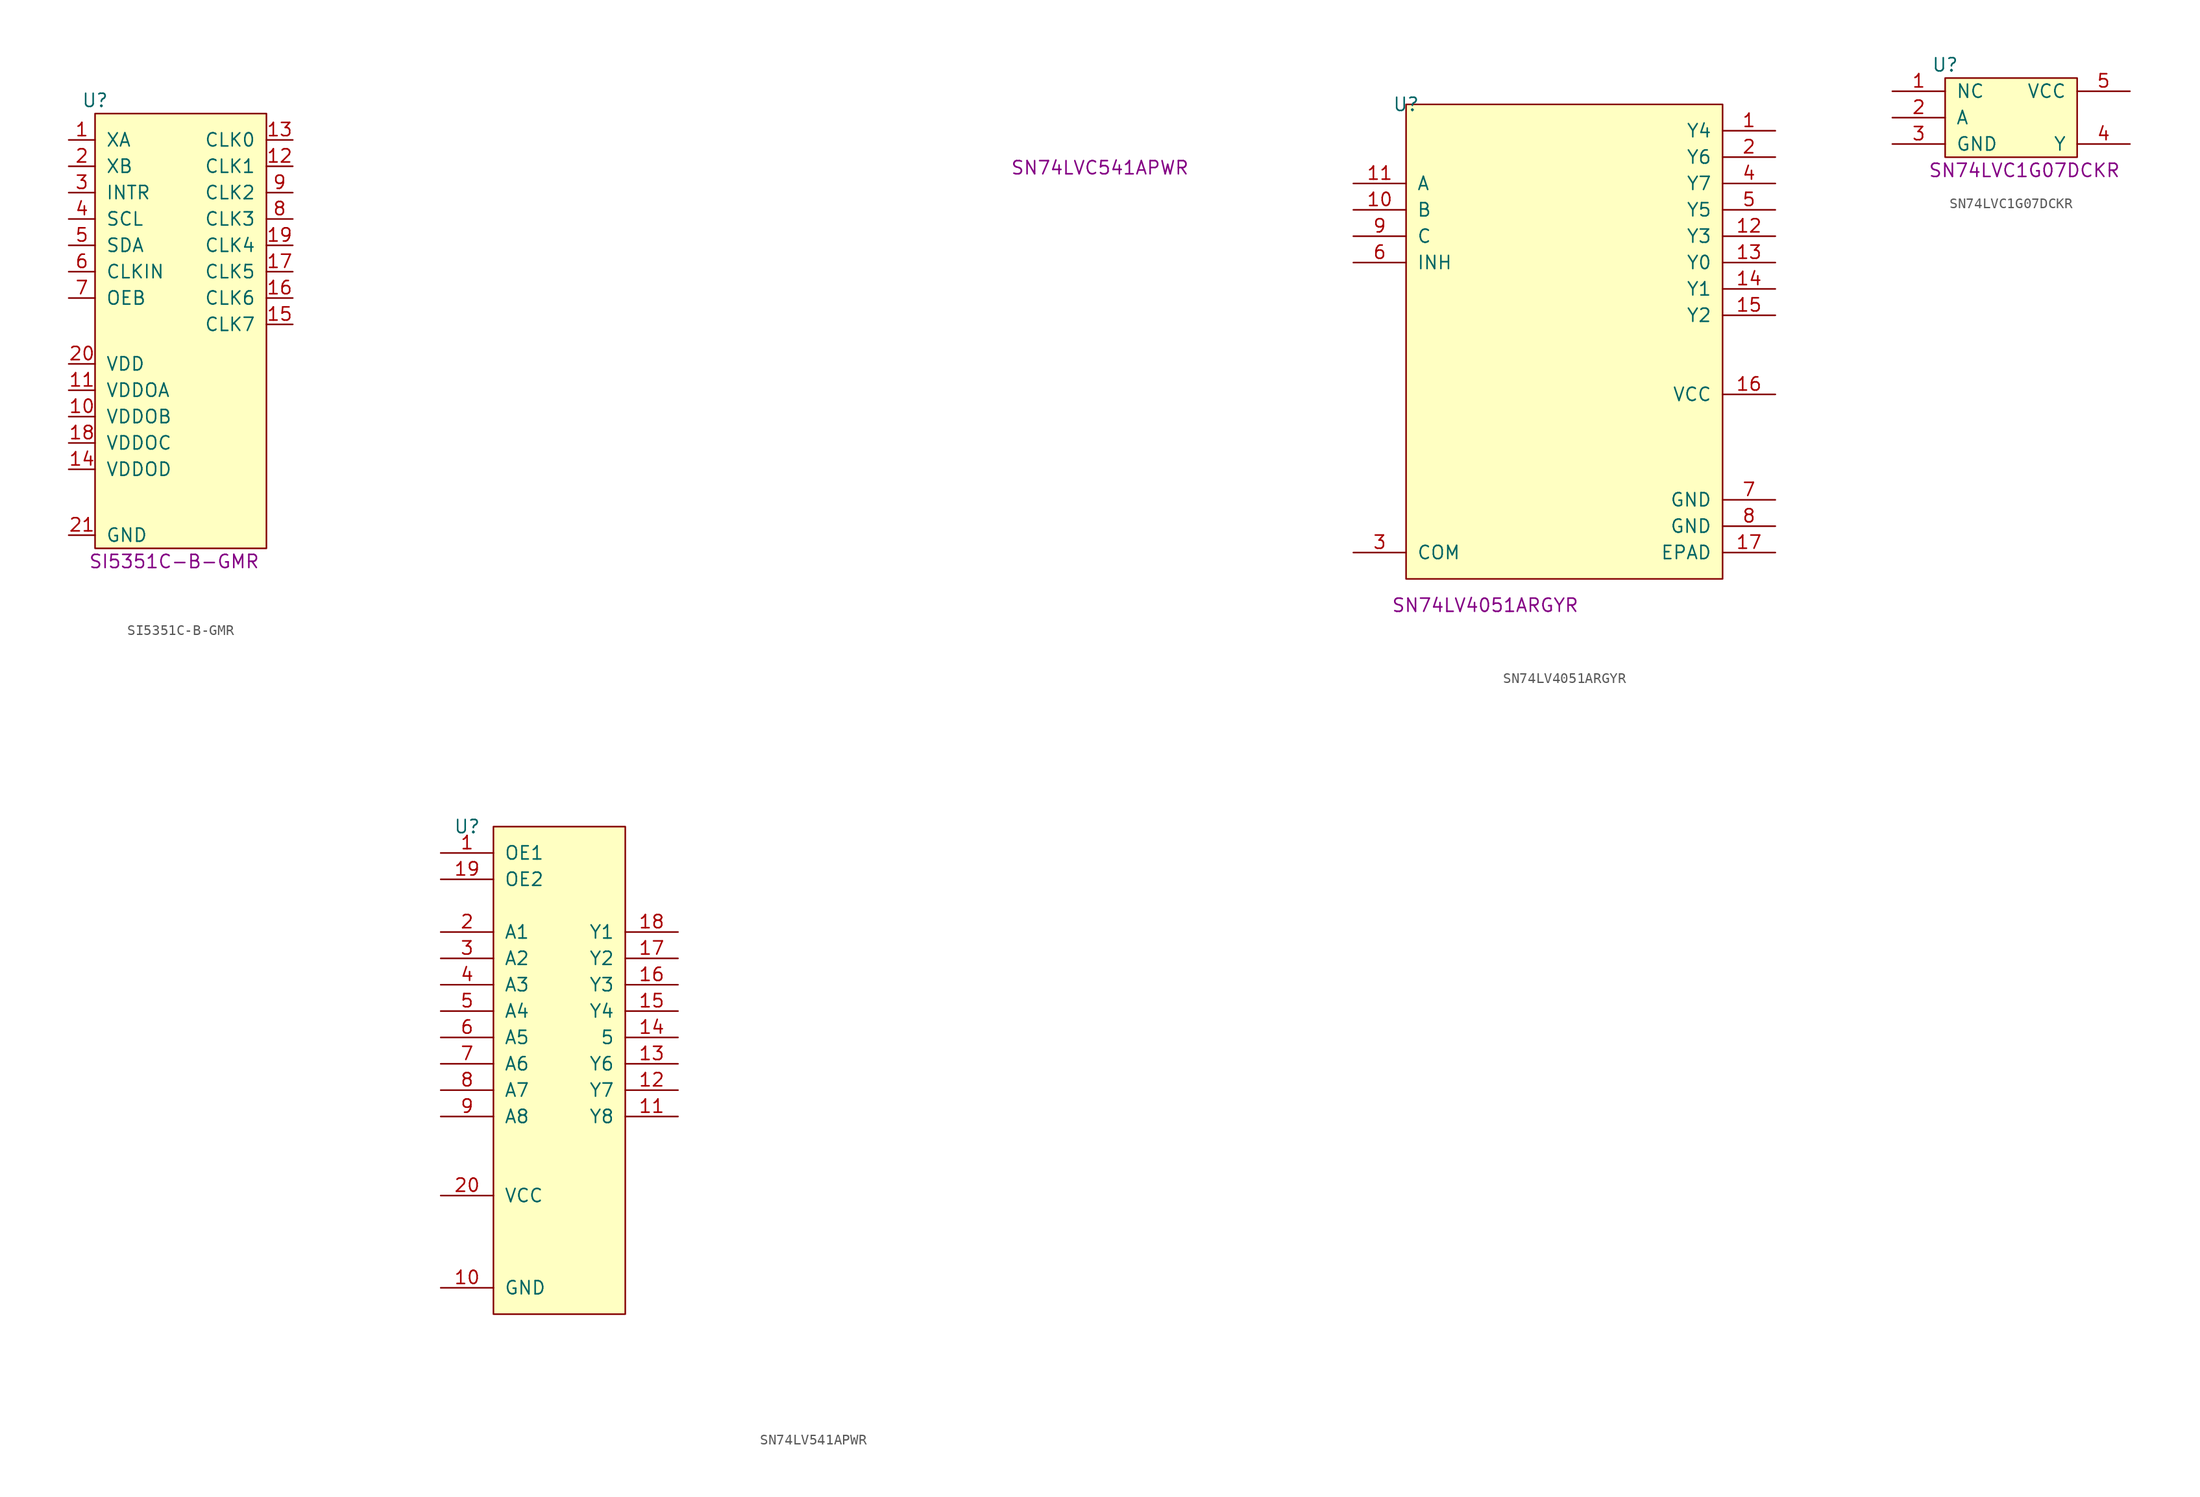
<source format=kicad_sym>
(kicad_symbol_lib
  (version 20220914)
  (generator kicad_symbol_editor)
  (symbol "SI5351C-B-GMR"
    (pin_names
      (offset 1.016))
    (property "Reference" "U"
      (at 0 16.51 0)
      (effects (font (size 1.27 1.27))))
    (property "_Value_" "SI5351C-B-GMR"
      (at 7.62 -27.94 0)
      (effects (font (size 1.27 1.27))))
    (symbol "SI5351C-B-GMR_1_1"
      (rectangle (start 0 15.24) (end 16.51 -26.67) (stroke (width 0) (type default)) (fill (type background)))
      (pin input line (at -2.54 12.7 0) (length 2.54) (name "XA" (effects (font (size 1.27 1.27)))) (number "1" (effects (font (size 1.27 1.27)))))
      (pin power_in line (at -2.54 -13.97 0) (length 2.54) (name "VDDOB" (effects (font (size 1.27 1.27)))) (number "10" (effects (font (size 1.27 1.27)))))
      (pin power_in line (at -2.54 -11.43 0) (length 2.54) (name "VDDOA" (effects (font (size 1.27 1.27)))) (number "11" (effects (font (size 1.27 1.27)))))
      (pin output line (at 19.05 10.16 180) (length 2.54) (name "CLK1" (effects (font (size 1.27 1.27)))) (number "12" (effects (font (size 1.27 1.27)))))
      (pin output line (at 19.05 12.7 180) (length 2.54) (name "CLK0" (effects (font (size 1.27 1.27)))) (number "13" (effects (font (size 1.27 1.27)))))
      (pin power_in line (at -2.54 -19.05 0) (length 2.54) (name "VDDOD" (effects (font (size 1.27 1.27)))) (number "14" (effects (font (size 1.27 1.27)))))
      (pin output line (at 19.05 -5.08 180) (length 2.54) (name "CLK7" (effects (font (size 1.27 1.27)))) (number "15" (effects (font (size 1.27 1.27)))))
      (pin output line (at 19.05 -2.54 180) (length 2.54) (name "CLK6" (effects (font (size 1.27 1.27)))) (number "16" (effects (font (size 1.27 1.27)))))
      (pin output line (at 19.05 0 180) (length 2.54) (name "CLK5" (effects (font (size 1.27 1.27)))) (number "17" (effects (font (size 1.27 1.27)))))
      (pin power_in line (at -2.54 -16.51 0) (length 2.54) (name "VDDOC" (effects (font (size 1.27 1.27)))) (number "18" (effects (font (size 1.27 1.27)))))
      (pin output line (at 19.05 2.54 180) (length 2.54) (name "CLK4" (effects (font (size 1.27 1.27)))) (number "19" (effects (font (size 1.27 1.27)))))
      (pin input line (at -2.54 10.16 0) (length 2.54) (name "XB" (effects (font (size 1.27 1.27)))) (number "2" (effects (font (size 1.27 1.27)))))
      (pin power_in line (at -2.54 -8.89 0) (length 2.54) (name "VDD" (effects (font (size 1.27 1.27)))) (number "20" (effects (font (size 1.27 1.27)))))
      (pin passive line (at -2.54 -25.4 0) (length 2.54) (name "GND" (effects (font (size 1.27 1.27)))) (number "21" (effects (font (size 1.27 1.27)))))
      (pin input line (at -2.54 7.62 0) (length 2.54) (name "INTR" (effects (font (size 1.27 1.27)))) (number "3" (effects (font (size 1.27 1.27)))))
      (pin input line (at -2.54 5.08 0) (length 2.54) (name "SCL" (effects (font (size 1.27 1.27)))) (number "4" (effects (font (size 1.27 1.27)))))
      (pin bidirectional line (at -2.54 2.54 0) (length 2.54) (name "SDA" (effects (font (size 1.27 1.27)))) (number "5" (effects (font (size 1.27 1.27)))))
      (pin input line (at -2.54 0 0) (length 2.54) (name "CLKIN" (effects (font (size 1.27 1.27)))) (number "6" (effects (font (size 1.27 1.27)))))
      (pin input line (at -2.54 -2.54 0) (length 2.54) (name "OEB" (effects (font (size 1.27 1.27)))) (number "7" (effects (font (size 1.27 1.27)))))
      (pin output line (at 19.05 5.08 180) (length 2.54) (name "CLK3" (effects (font (size 1.27 1.27)))) (number "8" (effects (font (size 1.27 1.27)))))
      (pin output line (at 19.05 7.62 180) (length 2.54) (name "CLK2" (effects (font (size 1.27 1.27)))) (number "9" (effects (font (size 1.27 1.27)))))))
  (symbol "SN74LV541APWR"
    (pin_names
      (offset 1.016))
    (property "Reference" "U"
      (at -2.54 0 0)
      (effects (font (size 1.27 1.27))))
    (property "_Value_" "SN74LVC541APWR"
      (at 58.42 63.5 0)
      (effects (font (size 1.27 1.27))))
    (symbol "SN74LV541APWR_0_1"
      (rectangle (start 0 0) (end 12.7 -46.99) (stroke (width 0) (type default)) (fill (type background))))
    (symbol "SN74LV541APWR_1_1"
      (pin input line (at -5.08 -2.54 0) (length 5.08) (name "OE1" (effects (font (size 1.27 1.27)))) (number "1" (effects (font (size 1.27 1.27)))))
      (pin input line (at -5.08 -44.45 0) (length 5.08) (name "GND" (effects (font (size 1.27 1.27)))) (number "10" (effects (font (size 1.27 1.27)))))
      (pin output line (at 17.78 -27.94 180) (length 5.08) (name "Y8" (effects (font (size 1.27 1.27)))) (number "11" (effects (font (size 1.27 1.27)))))
      (pin output line (at 17.78 -25.4 180) (length 5.08) (name "Y7" (effects (font (size 1.27 1.27)))) (number "12" (effects (font (size 1.27 1.27)))))
      (pin output line (at 17.78 -22.86 180) (length 5.08) (name "Y6" (effects (font (size 1.27 1.27)))) (number "13" (effects (font (size 1.27 1.27)))))
      (pin output line (at 17.78 -20.32 180) (length 5.08) (name "5" (effects (font (size 1.27 1.27)))) (number "14" (effects (font (size 1.27 1.27)))))
      (pin output line (at 17.78 -17.78 180) (length 5.08) (name "Y4" (effects (font (size 1.27 1.27)))) (number "15" (effects (font (size 1.27 1.27)))))
      (pin output line (at 17.78 -15.24 180) (length 5.08) (name "Y3" (effects (font (size 1.27 1.27)))) (number "16" (effects (font (size 1.27 1.27)))))
      (pin output line (at 17.78 -12.7 180) (length 5.08) (name "Y2" (effects (font (size 1.27 1.27)))) (number "17" (effects (font (size 1.27 1.27)))))
      (pin output line (at 17.78 -10.16 180) (length 5.08) (name "Y1" (effects (font (size 1.27 1.27)))) (number "18" (effects (font (size 1.27 1.27)))))
      (pin output line (at -5.08 -5.08 0) (length 5.08) (name "OE2" (effects (font (size 1.27 1.27)))) (number "19" (effects (font (size 1.27 1.27)))))
      (pin input line (at -5.08 -10.16 0) (length 5.08) (name "A1" (effects (font (size 1.27 1.27)))) (number "2" (effects (font (size 1.27 1.27)))))
      (pin output line (at -5.08 -35.56 0) (length 5.08) (name "VCC" (effects (font (size 1.27 1.27)))) (number "20" (effects (font (size 1.27 1.27)))))
      (pin input line (at -5.08 -12.7 0) (length 5.08) (name "A2" (effects (font (size 1.27 1.27)))) (number "3" (effects (font (size 1.27 1.27)))))
      (pin input line (at -5.08 -15.24 0) (length 5.08) (name "A3" (effects (font (size 1.27 1.27)))) (number "4" (effects (font (size 1.27 1.27)))))
      (pin input line (at -5.08 -17.78 0) (length 5.08) (name "A4" (effects (font (size 1.27 1.27)))) (number "5" (effects (font (size 1.27 1.27)))))
      (pin input line (at -5.08 -20.32 0) (length 5.08) (name "A5" (effects (font (size 1.27 1.27)))) (number "6" (effects (font (size 1.27 1.27)))))
      (pin input line (at -5.08 -22.86 0) (length 5.08) (name "A6" (effects (font (size 1.27 1.27)))) (number "7" (effects (font (size 1.27 1.27)))))
      (pin input line (at -5.08 -25.4 0) (length 5.08) (name "A7" (effects (font (size 1.27 1.27)))) (number "8" (effects (font (size 1.27 1.27)))))
      (pin input line (at -5.08 -27.94 0) (length 5.08) (name "A8" (effects (font (size 1.27 1.27)))) (number "9" (effects (font (size 1.27 1.27)))))))
  (symbol "SN74LV4051ARGYR"
    (pin_names
      (offset 1.016))
    (property "Reference" "U"
      (at 0 0 0)
      (effects (font (size 1.27 1.27))))
    (property "_Value_" "SN74LV4051ARGYR"
      (at 7.62 -48.26 0)
      (effects (font (size 1.27 1.27))))
    (symbol "SN74LV4051ARGYR_0_1"
      (rectangle (start 0 0) (end 30.48 -45.72) (stroke (width 0) (type default)) (fill (type background))))
    (symbol "SN74LV4051ARGYR_1_1"
      (pin bidirectional line (at 35.56 -2.54 180) (length 5.08) (name "Y4" (effects (font (size 1.27 1.27)))) (number "1" (effects (font (size 1.27 1.27)))))
      (pin passive line (at -5.08 -10.16 0) (length 5.08) (name "B" (effects (font (size 1.27 1.27)))) (number "10" (effects (font (size 1.27 1.27)))))
      (pin passive line (at -5.08 -7.62 0) (length 5.08) (name "A" (effects (font (size 1.27 1.27)))) (number "11" (effects (font (size 1.27 1.27)))))
      (pin bidirectional line (at 35.56 -12.7 180) (length 5.08) (name "Y3" (effects (font (size 1.27 1.27)))) (number "12" (effects (font (size 1.27 1.27)))))
      (pin bidirectional line (at 35.56 -15.24 180) (length 5.08) (name "Y0" (effects (font (size 1.27 1.27)))) (number "13" (effects (font (size 1.27 1.27)))))
      (pin bidirectional line (at 35.56 -17.78 180) (length 5.08) (name "Y1" (effects (font (size 1.27 1.27)))) (number "14" (effects (font (size 1.27 1.27)))))
      (pin bidirectional line (at 35.56 -20.32 180) (length 5.08) (name "Y2" (effects (font (size 1.27 1.27)))) (number "15" (effects (font (size 1.27 1.27)))))
      (pin power_in line (at 35.56 -27.94 180) (length 5.08) (name "VCC" (effects (font (size 1.27 1.27)))) (number "16" (effects (font (size 1.27 1.27)))))
      (pin passive line (at 35.56 -43.18 180) (length 5.08) (name "EPAD" (effects (font (size 1.27 1.27)))) (number "17" (effects (font (size 1.27 1.27)))))
      (pin bidirectional line (at 35.56 -5.08 180) (length 5.08) (name "Y6" (effects (font (size 1.27 1.27)))) (number "2" (effects (font (size 1.27 1.27)))))
      (pin input line (at -5.08 -43.18 0) (length 5.08) (name "COM" (effects (font (size 1.27 1.27)))) (number "3" (effects (font (size 1.27 1.27)))))
      (pin bidirectional line (at 35.56 -7.62 180) (length 5.08) (name "Y7" (effects (font (size 1.27 1.27)))) (number "4" (effects (font (size 1.27 1.27)))))
      (pin bidirectional line (at 35.56 -10.16 180) (length 5.08) (name "Y5" (effects (font (size 1.27 1.27)))) (number "5" (effects (font (size 1.27 1.27)))))
      (pin input line (at -5.08 -15.24 0) (length 5.08) (name "INH" (effects (font (size 1.27 1.27)))) (number "6" (effects (font (size 1.27 1.27)))))
      (pin passive line (at 35.56 -38.1 180) (length 5.08) (name "GND" (effects (font (size 1.27 1.27)))) (number "7" (effects (font (size 1.27 1.27)))))
      (pin passive line (at 35.56 -40.64 180) (length 5.08) (name "GND" (effects (font (size 1.27 1.27)))) (number "8" (effects (font (size 1.27 1.27)))))
      (pin passive line (at -5.08 -12.7 0) (length 5.08) (name "C" (effects (font (size 1.27 1.27)))) (number "9" (effects (font (size 1.27 1.27)))))))
  (symbol "SN74LVC1G07DCKR"
    (pin_names
      (offset 1.016))
    (property "Reference" "U"
      (at 0 1.27 0)
      (effects (font (size 1.27 1.27))))
    (property "_Value_" "SN74LVC1G07DCKR"
      (at 7.62 -8.89 0)
      (effects (font (size 1.27 1.27))))
    (symbol "SN74LVC1G07DCKR_0_1"
      (rectangle (start 0 0) (end 12.7 -7.62) (stroke (width 0) (type default)) (fill (type background))))
    (symbol "SN74LVC1G07DCKR_1_1"
      (pin passive line (at -5.08 -1.27 0) (length 5.08) (name "NC" (effects (font (size 1.27 1.27)))) (number "1" (effects (font (size 1.27 1.27)))))
      (pin input line (at -5.08 -3.81 0) (length 5.08) (name "A" (effects (font (size 1.27 1.27)))) (number "2" (effects (font (size 1.27 1.27)))))
      (pin passive line (at -5.08 -6.35 0) (length 5.08) (name "GND" (effects (font (size 1.27 1.27)))) (number "3" (effects (font (size 1.27 1.27)))))
      (pin output line (at 17.78 -6.35 180) (length 5.08) (name "Y" (effects (font (size 1.27 1.27)))) (number "4" (effects (font (size 1.27 1.27)))))
      (pin power_in line (at 17.78 -1.27 180) (length 5.08) (name "VCC" (effects (font (size 1.27 1.27)))) (number "5" (effects (font (size 1.27 1.27))))))))
</source>
